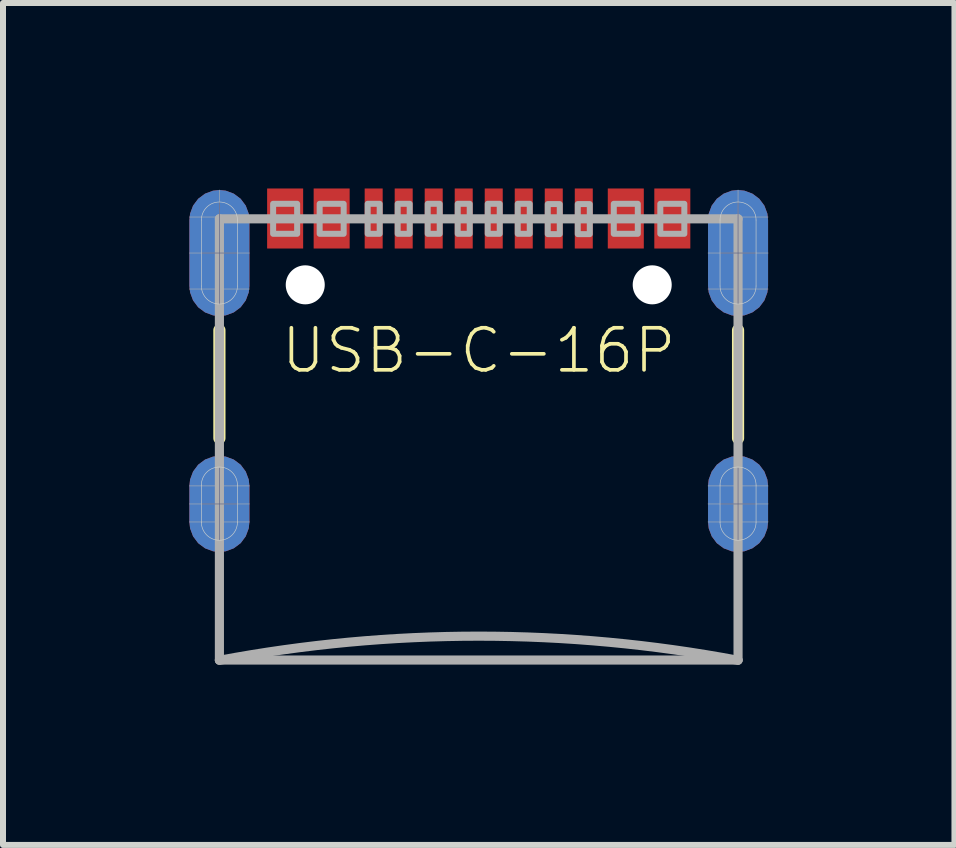
<source format=kicad_pcb>
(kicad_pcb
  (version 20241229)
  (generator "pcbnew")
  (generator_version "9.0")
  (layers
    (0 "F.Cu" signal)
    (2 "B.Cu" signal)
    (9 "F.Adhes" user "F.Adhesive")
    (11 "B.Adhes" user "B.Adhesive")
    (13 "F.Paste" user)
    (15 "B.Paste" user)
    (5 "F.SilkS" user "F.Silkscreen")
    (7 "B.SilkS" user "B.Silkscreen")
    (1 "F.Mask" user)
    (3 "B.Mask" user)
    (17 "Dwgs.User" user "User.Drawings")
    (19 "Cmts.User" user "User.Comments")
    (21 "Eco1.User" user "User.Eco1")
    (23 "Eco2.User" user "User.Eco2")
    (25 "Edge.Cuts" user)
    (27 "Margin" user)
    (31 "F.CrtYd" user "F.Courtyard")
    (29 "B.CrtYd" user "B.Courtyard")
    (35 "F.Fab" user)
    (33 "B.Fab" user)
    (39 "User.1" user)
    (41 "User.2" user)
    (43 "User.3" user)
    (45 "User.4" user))
  (footprint "USB-C-16P"
    (layer "F.Cu")
    (at 4.925 0.25)
    (property "Reference" "USB-C-16P" (at 0 2.54 0) (layer "F.SilkS") (effects (font (size 0.701 0.701) (thickness 0.061))))
    (fp_poly (pts (xy -4.169 -0.226) (xy -4.026 -0.173) (xy -3.902 -0.085) (xy -3.804 0.032) (xy -3.741 0.17) (xy -3.715 0.32) (xy -3.715 1.52) (xy -3.742 1.669) (xy -3.806 1.805) (xy -3.904 1.92) (xy -4.028 2.007) (xy -4.17 2.058) (xy -4.32 2.07) (xy -4.47 2.058) (xy -4.612 2.007) (xy -4.736 1.92) (xy -4.834 1.805) (xy -4.925 1.521) (xy -4.925 0.32) (xy -4.899 0.17) (xy -4.836 0.032) (xy -4.738 -0.085) (xy -4.614 -0.174) (xy -4.32 -0.24)) (stroke (width 0) (type solid)) (fill yes) (layer "F.Mask"))
    (fp_poly (pts (xy -4.163 4.211) (xy -4.017 4.273) (xy -3.891 4.37) (xy -3.795 4.496) (xy -3.735 4.643) (xy -3.715 4.8) (xy -3.715 5.4) (xy -3.736 5.556) (xy -3.797 5.701) (xy -3.893 5.825) (xy -4.018 5.921) (xy -4.164 5.98) (xy -4.32 6) (xy -4.476 5.98) (xy -4.622 5.921) (xy -4.747 5.825) (xy -4.843 5.701) (xy -4.925 5.401) (xy -4.925 4.8) (xy -4.905 4.643) (xy -4.845 4.496) (xy -4.749 4.37) (xy -4.623 4.272) (xy -4.32 4.19)) (stroke (width 0) (type solid)) (fill yes) (layer "F.Mask"))
    (fp_poly (pts (xy 4.471 -0.226) (xy 4.614 -0.173) (xy 4.738 -0.085) (xy 4.836 0.032) (xy 4.899 0.17) (xy 4.925 0.32) (xy 4.925 1.52) (xy 4.898 1.669) (xy 4.834 1.805) (xy 4.736 1.92) (xy 4.612 2.007) (xy 4.47 2.058) (xy 4.32 2.07) (xy 4.17 2.058) (xy 4.028 2.007) (xy 3.904 1.92) (xy 3.806 1.805) (xy 3.715 1.521) (xy 3.715 0.32) (xy 3.741 0.17) (xy 3.804 0.032) (xy 3.902 -0.085) (xy 4.026 -0.174) (xy 4.32 -0.24)) (stroke (width 0) (type solid)) (fill yes) (layer "F.Mask"))
    (fp_poly (pts (xy 4.477 4.211) (xy 4.623 4.273) (xy 4.749 4.37) (xy 4.845 4.496) (xy 4.905 4.643) (xy 4.925 4.8) (xy 4.925 5.4) (xy 4.904 5.556) (xy 4.843 5.701) (xy 4.747 5.825) (xy 4.622 5.921) (xy 4.476 5.98) (xy 4.32 6) (xy 4.164 5.98) (xy 4.018 5.921) (xy 3.893 5.825) (xy 3.797 5.701) (xy 3.715 5.401) (xy 3.715 4.8) (xy 3.735 4.643) (xy 3.795 4.496) (xy 3.891 4.37) (xy 4.017 4.272) (xy 4.32 4.19)) (stroke (width 0) (type solid)) (fill yes) (layer "F.Mask"))
    (fp_line (start -4.32 2.2) (end -4.32 4) (stroke (width 0.203) (type solid)) (layer "F.SilkS"))
    (fp_line (start 4.32 2.2) (end 4.32 4) (stroke (width 0.203) (type solid)) (layer "F.SilkS"))
    (fp_poly (pts (xy -4.219 -0.146) (xy -4.094 -0.103) (xy -3.984 -0.029) (xy -3.898 0.071) (xy -3.84 0.19) (xy -3.815 0.32) (xy -3.815 1.521) (xy -3.854 1.668) (xy -3.937 1.796) (xy -4.056 1.892) (xy -4.35 1.955) (xy -4.491 1.939) (xy -4.621 1.88) (xy -4.727 1.784) (xy -4.825 1.521) (xy -4.825 0.32) (xy -4.802 0.173) (xy -4.734 0.041) (xy -4.629 -0.065) (xy -4.351 -0.155)) (stroke (width 0) (type solid)) (fill yes) (layer "F.Paste"))
    (fp_poly (pts (xy -4.147 4.322) (xy -4.011 4.395) (xy -3.903 4.507) (xy -3.815 4.799) (xy -3.815 5.4) (xy -3.836 5.553) (xy -3.904 5.693) (xy -4.011 5.805) (xy -4.299 5.905) (xy -4.434 5.89) (xy -4.559 5.841) (xy -4.667 5.761) (xy -4.751 5.656) (xy -4.825 5.401) (xy -4.825 4.8) (xy -4.805 4.667) (xy -4.751 4.544) (xy -4.667 4.439) (xy -4.559 4.359) (xy -4.3 4.295)) (stroke (width 0) (type solid)) (fill yes) (layer "F.Paste"))
    (fp_poly (pts (xy 4.43 -0.145) (xy 4.553 -0.101) (xy 4.661 -0.026) (xy 4.745 0.073) (xy 4.801 0.191) (xy 4.825 0.32) (xy 4.825 1.521) (xy 4.787 1.667) (xy 4.707 1.794) (xy 4.59 1.89) (xy 4.3 1.955) (xy 4.164 1.949) (xy 4.035 1.902) (xy 3.927 1.816) (xy 3.815 1.571) (xy 3.815 0.37) (xy 3.827 0.239) (xy 3.873 0.115) (xy 3.949 0.007) (xy 4.05 -0.077) (xy 4.299 -0.155)) (stroke (width 0) (type solid)) (fill yes) (layer "F.Paste"))
    (fp_poly (pts (xy 4.434 4.31) (xy 4.559 4.359) (xy 4.667 4.439) (xy 4.751 4.544) (xy 4.805 4.667) (xy 4.825 4.8) (xy 4.825 5.4) (xy 4.806 5.552) (xy 4.74 5.691) (xy 4.635 5.803) (xy 4.351 5.905) (xy 4.221 5.899) (xy 4.097 5.859) (xy 3.989 5.789) (xy 3.901 5.692) (xy 3.815 5.451) (xy 3.815 4.85) (xy 3.824 4.715) (xy 3.867 4.586) (xy 3.942 4.472) (xy 4.045 4.382) (xy 4.299 4.295)) (stroke (width 0) (type solid)) (fill yes) (layer "F.Paste"))
    (fp_line (start -4.62 1.465) (end -4.62 0.365) (stroke (width 0.01) (type solid)) (layer "Edge.Cuts"))
    (fp_line (start -4.62 5.4) (end -4.62 4.78) (stroke (width 0.01) (type solid)) (layer "Edge.Cuts"))
    (fp_line (start -4.02 1.465) (end -4.02 0.365) (stroke (width 0.01) (type solid)) (layer "Edge.Cuts"))
    (fp_line (start -4.02 5.4) (end -4.02 4.78) (stroke (width 0.01) (type solid)) (layer "Edge.Cuts"))
    (fp_line (start 4.02 1.465) (end 4.02 0.365) (stroke (width 0.01) (type solid)) (layer "Edge.Cuts"))
    (fp_line (start 4.02 5.4) (end 4.02 4.78) (stroke (width 0.01) (type solid)) (layer "Edge.Cuts"))
    (fp_line (start 4.62 1.465) (end 4.62 0.365) (stroke (width 0.01) (type solid)) (layer "Edge.Cuts"))
    (fp_line (start 4.62 5.4) (end 4.62 4.78) (stroke (width 0.01) (type solid)) (layer "Edge.Cuts"))
    (fp_arc (start -4.62 0.365) (mid -4.32 0.065) (end -4.02 0.365) (stroke (width 0.01) (type solid)) (layer "Edge.Cuts"))
    (fp_arc (start -4.62 4.78) (mid -4.32 4.48) (end -4.02 4.78) (stroke (width 0.01) (type solid)) (layer "Edge.Cuts"))
    (fp_arc (start -4.02 1.465) (mid -4.32 1.765) (end -4.62 1.465) (stroke (width 0.01) (type solid)) (layer "Edge.Cuts"))
    (fp_arc (start -4.02 5.4) (mid -4.32 5.7) (end -4.62 5.4) (stroke (width 0.01) (type solid)) (layer "Edge.Cuts"))
    (fp_arc (start 4.02 0.365) (mid 4.32 0.065) (end 4.62 0.365) (stroke (width 0.01) (type solid)) (layer "Edge.Cuts"))
    (fp_arc (start 4.02 4.78) (mid 4.32 4.48) (end 4.62 4.78) (stroke (width 0.01) (type solid)) (layer "Edge.Cuts"))
    (fp_arc (start 4.62 1.465) (mid 4.32 1.765) (end 4.02 1.465) (stroke (width 0.01) (type solid)) (layer "Edge.Cuts"))
    (fp_arc (start 4.62 5.4) (mid 4.32 5.7) (end 4.02 5.4) (stroke (width 0.01) (type solid)) (layer "Edge.Cuts"))
    (fp_line (start -4.62 0.915) (end -4.02 0.915) (stroke (width 0.01) (type solid)) (layer "B.Fab"))
    (fp_line (start -4.62 5.095) (end -4.02 5.095) (stroke (width 0.01) (type solid)) (layer "B.Fab"))
    (fp_line (start -4.32 0.065) (end -4.32 1.765) (stroke (width 0.01) (type solid)) (layer "B.Fab"))
    (fp_line (start -4.32 4.495) (end -4.32 5.695) (stroke (width 0.01) (type solid)) (layer "B.Fab"))
    (fp_line (start 4.02 0.915) (end 4.62 0.915) (stroke (width 0.01) (type solid)) (layer "B.Fab"))
    (fp_line (start 4.02 5.095) (end 4.62 5.095) (stroke (width 0.01) (type solid)) (layer "B.Fab"))
    (fp_line (start 4.32 0.065) (end 4.32 1.765) (stroke (width 0.01) (type solid)) (layer "B.Fab"))
    (fp_line (start 4.32 4.495) (end 4.32 5.695) (stroke (width 0.01) (type solid)) (layer "B.Fab"))
    (fp_line (start -4.82 0.315) (end -3.82 0.315) (stroke (width 0.01) (type solid)) (layer "F.Fab"))
    (fp_line (start -4.82 0.915) (end -3.82 0.915) (stroke (width 0.01) (type solid)) (layer "F.Fab"))
    (fp_line (start -4.82 1.515) (end -3.82 1.515) (stroke (width 0.01) (type solid)) (layer "F.Fab"))
    (fp_line (start -4.82 4.795) (end -3.82 4.795) (stroke (width 0.01) (type solid)) (layer "F.Fab"))
    (fp_line (start -4.82 5.095) (end -3.82 5.095) (stroke (width 0.01) (type solid)) (layer "F.Fab"))
    (fp_line (start -4.82 5.395) (end -3.82 5.395) (stroke (width 0.01) (type solid)) (layer "F.Fab"))
    (fp_line (start -4.32 -0.135) (end -4.32 0.345) (stroke (width 0.01) (type solid)) (layer "F.Fab"))
    (fp_line (start -4.32 0.345) (end -4.32 1.965) (stroke (width 0.01) (type solid)) (layer "F.Fab"))
    (fp_line (start -4.32 0.345) (end 4.32 0.345) (stroke (width 0.152) (type solid)) (layer "F.Fab"))
    (fp_line (start -4.32 4.295) (end -4.32 5.895) (stroke (width 0.01) (type solid)) (layer "F.Fab"))
    (fp_line (start -4.32 7.695) (end -4.32 0.345) (stroke (width 0.152) (type solid)) (layer "F.Fab"))
    (fp_line (start -4.32 7.695) (end 4.32 7.695) (stroke (width 0.152) (type solid)) (layer "F.Fab"))
    (fp_line (start 3.82 0.315) (end 4.82 0.315) (stroke (width 0.01) (type solid)) (layer "F.Fab"))
    (fp_line (start 3.82 0.915) (end 4.82 0.915) (stroke (width 0.01) (type solid)) (layer "F.Fab"))
    (fp_line (start 3.82 1.515) (end 4.82 1.515) (stroke (width 0.01) (type solid)) (layer "F.Fab"))
    (fp_line (start 3.82 4.795) (end 4.82 4.795) (stroke (width 0.01) (type solid)) (layer "F.Fab"))
    (fp_line (start 3.82 5.095) (end 4.82 5.095) (stroke (width 0.01) (type solid)) (layer "F.Fab"))
    (fp_line (start 3.82 5.395) (end 4.82 5.395) (stroke (width 0.01) (type solid)) (layer "F.Fab"))
    (fp_line (start 4.32 -0.135) (end 4.32 0.345) (stroke (width 0.01) (type solid)) (layer "F.Fab"))
    (fp_line (start 4.32 0.345) (end 4.32 1.965) (stroke (width 0.01) (type solid)) (layer "F.Fab"))
    (fp_line (start 4.32 0.345) (end 4.32 7.695) (stroke (width 0.152) (type solid)) (layer "F.Fab"))
    (fp_line (start 4.32 4.295) (end 4.32 5.895) (stroke (width 0.01) (type solid)) (layer "F.Fab"))
    (fp_arc (start -4.32 7.7) (mid 0 7.297675) (end 4.32 7.7) (stroke (width 0.1524) (type solid)) (layer "F.Fab"))
    (fp_poly (pts (xy -3.425 0.595) (xy -3.025 0.595) (xy -3.025 0.095) (xy -3.425 0.095)) (stroke (width 0.1) (type solid)) (fill no) (layer "F.Fab"))
    (fp_poly (pts (xy -2.65 0.595) (xy -2.25 0.595) (xy -2.25 0.095) (xy -2.65 0.095)) (stroke (width 0.1) (type solid)) (fill no) (layer "F.Fab"))
    (fp_poly (pts (xy -1.85 0.595) (xy -1.65 0.595) (xy -1.65 0.095) (xy -1.85 0.095)) (stroke (width 0.1) (type solid)) (fill no) (layer "F.Fab"))
    (fp_poly (pts (xy -1.35 0.595) (xy -1.15 0.595) (xy -1.15 0.095) (xy -1.35 0.095)) (stroke (width 0.1) (type solid)) (fill no) (layer "F.Fab"))
    (fp_poly (pts (xy -0.85 0.595) (xy -0.65 0.595) (xy -0.65 0.095) (xy -0.85 0.095)) (stroke (width 0.1) (type solid)) (fill no) (layer "F.Fab"))
    (fp_poly (pts (xy -0.35 0.595) (xy -0.15 0.595) (xy -0.15 0.095) (xy -0.35 0.095)) (stroke (width 0.1) (type solid)) (fill no) (layer "F.Fab"))
    (fp_poly (pts (xy 0.15 0.595) (xy 0.35 0.595) (xy 0.35 0.095) (xy 0.15 0.095)) (stroke (width 0.1) (type solid)) (fill no) (layer "F.Fab"))
    (fp_poly (pts (xy 0.65 0.595) (xy 0.85 0.595) (xy 0.85 0.095) (xy 0.65 0.095)) (stroke (width 0.1) (type solid)) (fill no) (layer "F.Fab"))
    (fp_poly (pts (xy 1.15 0.6) (xy 1.35 0.6) (xy 1.35 0.1) (xy 1.15 0.1)) (stroke (width 0.1) (type solid)) (fill no) (layer "F.Fab"))
    (fp_poly (pts (xy 1.65 0.6) (xy 1.85 0.6) (xy 1.85 0.1) (xy 1.65 0.1)) (stroke (width 0.1) (type solid)) (fill no) (layer "F.Fab"))
    (fp_poly (pts (xy 2.25 0.595) (xy 2.65 0.595) (xy 2.65 0.095) (xy 2.25 0.095)) (stroke (width 0.1) (type solid)) (fill no) (layer "F.Fab"))
    (fp_poly (pts (xy 3.025 0.595) (xy 3.425 0.595) (xy 3.425 0.095) (xy 3.025 0.095)) (stroke (width 0.1) (type solid)) (fill no) (layer "F.Fab"))
    (pad "" np_thru_hole circle (at -2.89 1.445) (size 0.65 0.65) (drill 0.65) (layers "*.Cu" "*.Mask"))
    (pad "" np_thru_hole circle (at 2.89 1.445) (size 0.65 0.65) (drill 0.65) (layers "*.Cu" "*.Mask"))
    (pad "A5" smd rect (at -1.25 0.34 180) (size 0.3 1) (layers "F.Cu" "F.Mask" "F.Paste"))
    (pad "A6" smd rect (at -0.25 0.34 180) (size 0.3 1) (layers "F.Cu" "F.Mask" "F.Paste"))
    (pad "A7" smd rect (at 0.25 0.34) (size 0.3 1) (layers "F.Cu" "F.Mask" "F.Paste"))
    (pad "A8" smd rect (at 1.25 0.34) (size 0.3 1) (layers "F.Cu" "F.Mask" "F.Paste"))
    (pad "B5" smd rect (at 1.75 0.34) (size 0.3 1) (layers "F.Cu" "F.Mask" "F.Paste"))
    (pad "B6" smd rect (at 0.75 0.34) (size 0.3 1) (layers "F.Cu" "F.Mask" "F.Paste"))
    (pad "B7" smd rect (at -0.75 0.34 180) (size 0.3 1) (layers "F.Cu" "F.Mask" "F.Paste"))
    (pad "B8" smd rect (at -1.75 0.34 180) (size 0.3 1) (layers "F.Cu" "F.Mask" "F.Paste"))
    (pad "GND" smd rect (at -3.225 0.34 180) (size 0.6 1) (layers "F.Cu" "F.Mask" "F.Paste"))
    (pad "GND2" smd rect (at 3.225 0.34) (size 0.6 1) (layers "F.Cu" "F.Mask" "F.Paste"))
    (pad "SHLD1" smd roundrect (at -4.32 0.915 180) (size 1 2.1) (layers "F.Cu") (roundrect_rratio 0.5))
    (pad "SHLD2" smd roundrect (at 4.32 0.915 180) (size 1 2.1) (layers "F.Cu") (roundrect_rratio 0.5))
    (pad "SHLD3" smd roundrect (at -4.32 0.915) (size 1 2.1) (layers "B.Cu") (roundrect_rratio 0.5))
    (pad "SHLD4" smd roundrect (at 4.32 0.915) (size 1 2.1) (layers "B.Cu") (roundrect_rratio 0.5))
    (pad "SHLD5" smd roundrect (at -4.32 5.095 180) (size 1 1.6) (layers "F.Cu") (roundrect_rratio 0.5))
    (pad "SHLD6" smd roundrect (at -4.32 5.095) (size 1 1.6) (layers "B.Cu") (roundrect_rratio 0.5))
    (pad "SHLD7" smd roundrect (at 4.32 5.095) (size 1 1.6) (layers "B.Cu") (roundrect_rratio 0.5))
    (pad "SHLD8" smd roundrect (at 4.32 5.095 180) (size 1 1.6) (layers "F.Cu") (roundrect_rratio 0.5))
    (pad "VBUS1" smd rect (at -2.45 0.34 180) (size 0.6 1) (layers "F.Cu" "F.Mask" "F.Paste"))
    (pad "VBUS2" smd rect (at 2.45 0.34) (size 0.6 1) (layers "F.Cu" "F.Mask" "F.Paste")))
  (gr_rect
    (start -3 -3)
    (end 12.85 11.026)
    (stroke (width 0.1) (type default))
    (fill no)
    (layer "Edge.Cuts")))
</source>
